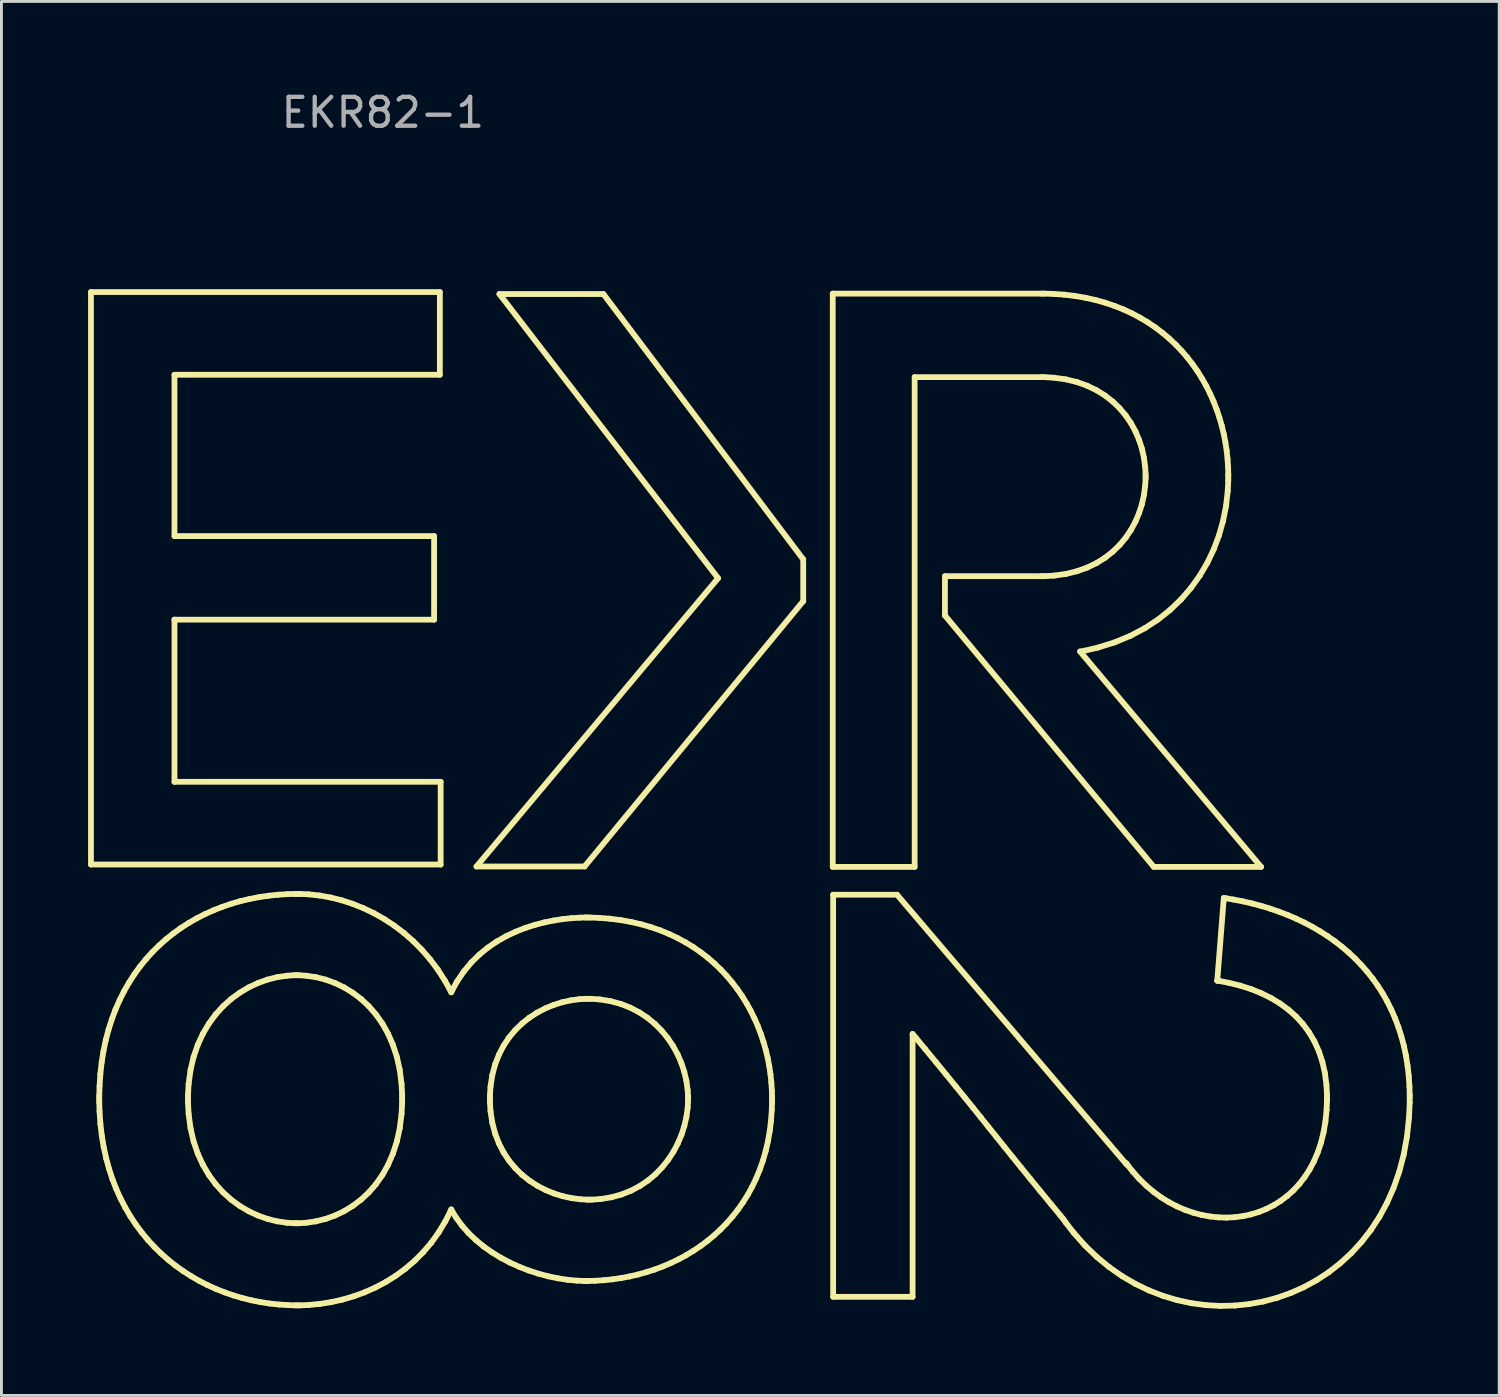
<source format=kicad_pcb>
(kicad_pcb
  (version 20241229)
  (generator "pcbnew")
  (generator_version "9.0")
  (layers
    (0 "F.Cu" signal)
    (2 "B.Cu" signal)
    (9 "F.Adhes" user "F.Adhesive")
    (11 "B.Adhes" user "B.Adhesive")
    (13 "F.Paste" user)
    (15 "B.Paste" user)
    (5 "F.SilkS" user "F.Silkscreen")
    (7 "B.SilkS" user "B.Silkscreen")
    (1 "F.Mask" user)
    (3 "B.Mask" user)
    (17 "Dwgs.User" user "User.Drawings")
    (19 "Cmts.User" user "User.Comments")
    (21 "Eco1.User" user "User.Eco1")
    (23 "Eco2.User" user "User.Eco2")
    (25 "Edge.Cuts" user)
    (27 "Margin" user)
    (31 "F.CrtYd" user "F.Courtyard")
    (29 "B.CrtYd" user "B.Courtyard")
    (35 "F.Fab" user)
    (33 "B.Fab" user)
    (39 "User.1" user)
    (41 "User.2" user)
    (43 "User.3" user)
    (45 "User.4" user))
  (footprint "EKR82-1"
    (layer "F.Cu")
    (at 16.556 8.468)
    (property "Reference" "EKR82-1" (at -6.35 -7.62 0) (layer "F.Fab") (effects (font (size 1 1) (thickness 0.15))))
    (attr through_hole)
    (fp_line (start -16.456 -1.404) (end -16.456 18.419) (stroke (width 0.2) (type solid)) (layer "F.SilkS"))
    (fp_line (start -16.456 18.419) (end -4.347 18.419) (stroke (width 0.2) (type solid)) (layer "F.SilkS"))
    (fp_line (start -16.169 26.424) (end -16.169 26.533) (stroke (width 0.2) (type solid)) (layer "F.SilkS"))
    (fp_line (start -16.169 26.533) (end -16.169 26.643) (stroke (width 0.2) (type solid)) (layer "F.SilkS"))
    (fp_line (start -16.169 26.643) (end -16.159 26.972) (stroke (width 0.2) (type solid)) (layer "F.SilkS"))
    (fp_line (start -16.159 26.099) (end -16.169 26.424) (stroke (width 0.2) (type solid)) (layer "F.SilkS"))
    (fp_line (start -16.159 26.972) (end -16.129 27.397) (stroke (width 0.2) (type solid)) (layer "F.SilkS"))
    (fp_line (start -16.131 25.678) (end -16.159 26.099) (stroke (width 0.2) (type solid)) (layer "F.SilkS"))
    (fp_line (start -16.129 27.397) (end -16.081 27.809) (stroke (width 0.2) (type solid)) (layer "F.SilkS"))
    (fp_line (start -16.086 25.271) (end -16.131 25.678) (stroke (width 0.2) (type solid)) (layer "F.SilkS"))
    (fp_line (start -16.081 27.809) (end -16.015 28.206) (stroke (width 0.2) (type solid)) (layer "F.SilkS"))
    (fp_line (start -16.023 24.878) (end -16.086 25.271) (stroke (width 0.2) (type solid)) (layer "F.SilkS"))
    (fp_line (start -16.015 28.206) (end -15.93 28.59) (stroke (width 0.2) (type solid)) (layer "F.SilkS"))
    (fp_line (start -15.943 24.498) (end -16.023 24.878) (stroke (width 0.2) (type solid)) (layer "F.SilkS"))
    (fp_line (start -15.93 28.59) (end -15.829 28.96) (stroke (width 0.2) (type solid)) (layer "F.SilkS"))
    (fp_line (start -15.846 24.132) (end -15.943 24.498) (stroke (width 0.2) (type solid)) (layer "F.SilkS"))
    (fp_line (start -15.829 28.96) (end -15.712 29.316) (stroke (width 0.2) (type solid)) (layer "F.SilkS"))
    (fp_line (start -15.734 23.779) (end -15.846 24.132) (stroke (width 0.2) (type solid)) (layer "F.SilkS"))
    (fp_line (start -15.712 29.316) (end -15.579 29.658) (stroke (width 0.2) (type solid)) (layer "F.SilkS"))
    (fp_line (start -15.607 23.441) (end -15.734 23.779) (stroke (width 0.2) (type solid)) (layer "F.SilkS"))
    (fp_line (start -15.579 29.658) (end -15.431 29.986) (stroke (width 0.2) (type solid)) (layer "F.SilkS"))
    (fp_line (start -15.464 23.115) (end -15.607 23.441) (stroke (width 0.2) (type solid)) (layer "F.SilkS"))
    (fp_line (start -15.431 29.986) (end -15.268 30.3) (stroke (width 0.2) (type solid)) (layer "F.SilkS"))
    (fp_line (start -15.308 22.804) (end -15.464 23.115) (stroke (width 0.2) (type solid)) (layer "F.SilkS"))
    (fp_line (start -15.268 30.3) (end -15.092 30.6) (stroke (width 0.2) (type solid)) (layer "F.SilkS"))
    (fp_line (start -15.137 22.506) (end -15.308 22.804) (stroke (width 0.2) (type solid)) (layer "F.SilkS"))
    (fp_line (start -15.092 30.6) (end -14.902 30.887) (stroke (width 0.2) (type solid)) (layer "F.SilkS"))
    (fp_line (start -14.954 22.221) (end -15.137 22.506) (stroke (width 0.2) (type solid)) (layer "F.SilkS"))
    (fp_line (start -14.902 30.887) (end -14.7 31.159) (stroke (width 0.2) (type solid)) (layer "F.SilkS"))
    (fp_line (start -14.758 21.951) (end -14.954 22.221) (stroke (width 0.2) (type solid)) (layer "F.SilkS"))
    (fp_line (start -14.7 31.159) (end -14.486 31.418) (stroke (width 0.2) (type solid)) (layer "F.SilkS"))
    (fp_line (start -14.549 21.694) (end -14.758 21.951) (stroke (width 0.2) (type solid)) (layer "F.SilkS"))
    (fp_line (start -14.486 31.418) (end -14.26 31.662) (stroke (width 0.2) (type solid)) (layer "F.SilkS"))
    (fp_line (start -14.329 21.451) (end -14.549 21.694) (stroke (width 0.2) (type solid)) (layer "F.SilkS"))
    (fp_line (start -14.26 31.662) (end -14.024 31.893) (stroke (width 0.2) (type solid)) (layer "F.SilkS"))
    (fp_line (start -14.098 21.222) (end -14.329 21.451) (stroke (width 0.2) (type solid)) (layer "F.SilkS"))
    (fp_line (start -14.024 31.893) (end -13.778 32.11) (stroke (width 0.2) (type solid)) (layer "F.SilkS"))
    (fp_line (start -13.856 21.006) (end -14.098 21.222) (stroke (width 0.2) (type solid)) (layer "F.SilkS"))
    (fp_line (start -13.778 32.11) (end -13.523 32.313) (stroke (width 0.2) (type solid)) (layer "F.SilkS"))
    (fp_line (start -13.604 20.805) (end -13.856 21.006) (stroke (width 0.2) (type solid)) (layer "F.SilkS"))
    (fp_line (start -13.564 1.46) (end -4.375 1.46) (stroke (width 0.2) (type solid)) (layer "F.SilkS"))
    (fp_line (start -13.564 7.047) (end -13.564 1.46) (stroke (width 0.2) (type solid)) (layer "F.SilkS"))
    (fp_line (start -13.564 9.94) (end -13.564 9.94) (stroke (width 0.2) (type solid)) (layer "F.SilkS"))
    (fp_line (start -13.564 9.94) (end -4.574 9.94) (stroke (width 0.2) (type solid)) (layer "F.SilkS"))
    (fp_line (start -13.564 15.555) (end -13.564 9.94) (stroke (width 0.2) (type solid)) (layer "F.SilkS"))
    (fp_line (start -13.523 32.313) (end -13.258 32.501) (stroke (width 0.2) (type solid)) (layer "F.SilkS"))
    (fp_line (start -13.342 20.617) (end -13.604 20.805) (stroke (width 0.2) (type solid)) (layer "F.SilkS"))
    (fp_line (start -13.258 32.501) (end -12.986 32.676) (stroke (width 0.2) (type solid)) (layer "F.SilkS"))
    (fp_line (start -13.097 26.404) (end -13.074 26.016) (stroke (width 0.2) (type solid)) (layer "F.SilkS"))
    (fp_line (start -13.097 26.533) (end -13.097 26.404) (stroke (width 0.2) (type solid)) (layer "F.SilkS"))
    (fp_line (start -13.097 26.533) (end -13.097 26.533) (stroke (width 0.2) (type solid)) (layer "F.SilkS"))
    (fp_line (start -13.097 26.665) (end -13.097 26.533) (stroke (width 0.2) (type solid)) (layer "F.SilkS"))
    (fp_line (start -13.074 26.016) (end -13.008 25.533) (stroke (width 0.2) (type solid)) (layer "F.SilkS"))
    (fp_line (start -13.074 27.059) (end -13.097 26.665) (stroke (width 0.2) (type solid)) (layer "F.SilkS"))
    (fp_line (start -13.072 20.443) (end -13.342 20.617) (stroke (width 0.2) (type solid)) (layer "F.SilkS"))
    (fp_line (start -13.008 25.533) (end -12.902 25.082) (stroke (width 0.2) (type solid)) (layer "F.SilkS"))
    (fp_line (start -13.008 27.551) (end -13.074 27.059) (stroke (width 0.2) (type solid)) (layer "F.SilkS"))
    (fp_line (start -12.986 32.676) (end -12.706 32.837) (stroke (width 0.2) (type solid)) (layer "F.SilkS"))
    (fp_line (start -12.902 25.082) (end -12.758 24.665) (stroke (width 0.2) (type solid)) (layer "F.SilkS"))
    (fp_line (start -12.902 28.007) (end -13.008 27.551) (stroke (width 0.2) (type solid)) (layer "F.SilkS"))
    (fp_line (start -12.793 20.282) (end -13.072 20.443) (stroke (width 0.2) (type solid)) (layer "F.SilkS"))
    (fp_line (start -12.758 24.665) (end -12.581 24.28) (stroke (width 0.2) (type solid)) (layer "F.SilkS"))
    (fp_line (start -12.758 28.429) (end -12.902 28.007) (stroke (width 0.2) (type solid)) (layer "F.SilkS"))
    (fp_line (start -12.706 32.837) (end -12.419 32.984) (stroke (width 0.2) (type solid)) (layer "F.SilkS"))
    (fp_line (start -12.581 24.28) (end -12.373 23.929) (stroke (width 0.2) (type solid)) (layer "F.SilkS"))
    (fp_line (start -12.581 28.817) (end -12.758 28.429) (stroke (width 0.2) (type solid)) (layer "F.SilkS"))
    (fp_line (start -12.505 20.136) (end -12.793 20.282) (stroke (width 0.2) (type solid)) (layer "F.SilkS"))
    (fp_line (start -12.419 32.984) (end -12.125 33.117) (stroke (width 0.2) (type solid)) (layer "F.SilkS"))
    (fp_line (start -12.373 23.929) (end -12.139 23.611) (stroke (width 0.2) (type solid)) (layer "F.SilkS"))
    (fp_line (start -12.373 29.17) (end -12.581 28.817) (stroke (width 0.2) (type solid)) (layer "F.SilkS"))
    (fp_line (start -12.211 20.004) (end -12.505 20.136) (stroke (width 0.2) (type solid)) (layer "F.SilkS"))
    (fp_line (start -12.139 23.611) (end -11.88 23.327) (stroke (width 0.2) (type solid)) (layer "F.SilkS"))
    (fp_line (start -12.139 29.489) (end -12.373 29.17) (stroke (width 0.2) (type solid)) (layer "F.SilkS"))
    (fp_line (start -12.125 33.117) (end -11.826 33.236) (stroke (width 0.2) (type solid)) (layer "F.SilkS"))
    (fp_line (start -11.909 19.885) (end -12.211 20.004) (stroke (width 0.2) (type solid)) (layer "F.SilkS"))
    (fp_line (start -11.88 23.327) (end -11.601 23.075) (stroke (width 0.2) (type solid)) (layer "F.SilkS"))
    (fp_line (start -11.88 29.774) (end -12.139 29.489) (stroke (width 0.2) (type solid)) (layer "F.SilkS"))
    (fp_line (start -11.826 33.236) (end -11.522 33.341) (stroke (width 0.2) (type solid)) (layer "F.SilkS"))
    (fp_line (start -11.601 19.78) (end -11.909 19.885) (stroke (width 0.2) (type solid)) (layer "F.SilkS"))
    (fp_line (start -11.601 23.075) (end -11.304 22.858) (stroke (width 0.2) (type solid)) (layer "F.SilkS"))
    (fp_line (start -11.601 30.025) (end -11.88 29.774) (stroke (width 0.2) (type solid)) (layer "F.SilkS"))
    (fp_line (start -11.522 33.341) (end -11.214 33.432) (stroke (width 0.2) (type solid)) (layer "F.SilkS"))
    (fp_line (start -11.304 22.858) (end -10.993 22.673) (stroke (width 0.2) (type solid)) (layer "F.SilkS"))
    (fp_line (start -11.304 30.242) (end -11.601 30.025) (stroke (width 0.2) (type solid)) (layer "F.SilkS"))
    (fp_line (start -11.287 19.689) (end -11.601 19.78) (stroke (width 0.2) (type solid)) (layer "F.SilkS"))
    (fp_line (start -11.214 33.432) (end -10.902 33.509) (stroke (width 0.2) (type solid)) (layer "F.SilkS"))
    (fp_line (start -10.993 22.673) (end -10.671 22.522) (stroke (width 0.2) (type solid)) (layer "F.SilkS"))
    (fp_line (start -10.993 30.426) (end -11.304 30.242) (stroke (width 0.2) (type solid)) (layer "F.SilkS"))
    (fp_line (start -10.967 19.613) (end -11.287 19.689) (stroke (width 0.2) (type solid)) (layer "F.SilkS"))
    (fp_line (start -10.902 33.509) (end -10.587 33.572) (stroke (width 0.2) (type solid)) (layer "F.SilkS"))
    (fp_line (start -10.671 22.522) (end -10.341 22.404) (stroke (width 0.2) (type solid)) (layer "F.SilkS"))
    (fp_line (start -10.671 30.576) (end -10.993 30.426) (stroke (width 0.2) (type solid)) (layer "F.SilkS"))
    (fp_line (start -10.643 19.55) (end -10.967 19.613) (stroke (width 0.2) (type solid)) (layer "F.SilkS"))
    (fp_line (start -10.587 33.572) (end -10.269 33.621) (stroke (width 0.2) (type solid)) (layer "F.SilkS"))
    (fp_line (start -10.341 22.404) (end -10.008 22.32) (stroke (width 0.2) (type solid)) (layer "F.SilkS"))
    (fp_line (start -10.341 30.692) (end -10.671 30.576) (stroke (width 0.2) (type solid)) (layer "F.SilkS"))
    (fp_line (start -10.314 19.501) (end -10.643 19.55) (stroke (width 0.2) (type solid)) (layer "F.SilkS"))
    (fp_line (start -10.269 33.621) (end -9.949 33.656) (stroke (width 0.2) (type solid)) (layer "F.SilkS"))
    (fp_line (start -10.008 22.32) (end -9.672 22.27) (stroke (width 0.2) (type solid)) (layer "F.SilkS"))
    (fp_line (start -10.008 30.775) (end -10.341 30.692) (stroke (width 0.2) (type solid)) (layer "F.SilkS"))
    (fp_line (start -9.982 19.466) (end -10.314 19.501) (stroke (width 0.2) (type solid)) (layer "F.SilkS"))
    (fp_line (start -9.949 33.656) (end -9.628 33.677) (stroke (width 0.2) (type solid)) (layer "F.SilkS"))
    (fp_line (start -9.672 22.27) (end -9.423 22.253) (stroke (width 0.2) (type solid)) (layer "F.SilkS"))
    (fp_line (start -9.672 30.824) (end -10.008 30.775) (stroke (width 0.2) (type solid)) (layer "F.SilkS"))
    (fp_line (start -9.646 19.445) (end -9.982 19.466) (stroke (width 0.2) (type solid)) (layer "F.SilkS"))
    (fp_line (start -9.628 33.677) (end -9.387 33.685) (stroke (width 0.2) (type solid)) (layer "F.SilkS"))
    (fp_line (start -9.423 22.253) (end -9.339 22.253) (stroke (width 0.2) (type solid)) (layer "F.SilkS"))
    (fp_line (start -9.423 30.841) (end -9.672 30.824) (stroke (width 0.2) (type solid)) (layer "F.SilkS"))
    (fp_line (start -9.391 19.438) (end -9.646 19.445) (stroke (width 0.2) (type solid)) (layer "F.SilkS"))
    (fp_line (start -9.387 33.685) (end -9.307 33.685) (stroke (width 0.2) (type solid)) (layer "F.SilkS"))
    (fp_line (start -9.339 22.253) (end -9.255 22.253) (stroke (width 0.2) (type solid)) (layer "F.SilkS"))
    (fp_line (start -9.339 30.841) (end -9.423 30.841) (stroke (width 0.2) (type solid)) (layer "F.SilkS"))
    (fp_line (start -9.307 19.438) (end -9.391 19.438) (stroke (width 0.2) (type solid)) (layer "F.SilkS"))
    (fp_line (start -9.307 33.685) (end -9.21 33.685) (stroke (width 0.2) (type solid)) (layer "F.SilkS"))
    (fp_line (start -9.255 22.253) (end -9.002 22.27) (stroke (width 0.2) (type solid)) (layer "F.SilkS"))
    (fp_line (start -9.255 30.841) (end -9.339 30.841) (stroke (width 0.2) (type solid)) (layer "F.SilkS"))
    (fp_line (start -9.211 19.438) (end -9.307 19.438) (stroke (width 0.2) (type solid)) (layer "F.SilkS"))
    (fp_line (start -9.21 33.685) (end -8.919 33.672) (stroke (width 0.2) (type solid)) (layer "F.SilkS"))
    (fp_line (start -9.002 22.27) (end -8.666 22.32) (stroke (width 0.2) (type solid)) (layer "F.SilkS"))
    (fp_line (start -9.002 30.824) (end -9.255 30.841) (stroke (width 0.2) (type solid)) (layer "F.SilkS"))
    (fp_line (start -8.925 19.451) (end -9.211 19.438) (stroke (width 0.2) (type solid)) (layer "F.SilkS"))
    (fp_line (start -8.919 33.672) (end -8.528 33.635) (stroke (width 0.2) (type solid)) (layer "F.SilkS"))
    (fp_line (start -8.666 22.32) (end -8.334 22.404) (stroke (width 0.2) (type solid)) (layer "F.SilkS"))
    (fp_line (start -8.666 30.775) (end -9.002 30.824) (stroke (width 0.2) (type solid)) (layer "F.SilkS"))
    (fp_line (start -8.542 19.493) (end -8.925 19.451) (stroke (width 0.2) (type solid)) (layer "F.SilkS"))
    (fp_line (start -8.528 33.635) (end -8.137 33.573) (stroke (width 0.2) (type solid)) (layer "F.SilkS"))
    (fp_line (start -8.334 22.404) (end -8.009 22.522) (stroke (width 0.2) (type solid)) (layer "F.SilkS"))
    (fp_line (start -8.334 30.692) (end -8.666 30.775) (stroke (width 0.2) (type solid)) (layer "F.SilkS"))
    (fp_line (start -8.158 19.561) (end -8.542 19.493) (stroke (width 0.2) (type solid)) (layer "F.SilkS"))
    (fp_line (start -8.137 33.573) (end -7.748 33.486) (stroke (width 0.2) (type solid)) (layer "F.SilkS"))
    (fp_line (start -8.009 22.522) (end -7.694 22.673) (stroke (width 0.2) (type solid)) (layer "F.SilkS"))
    (fp_line (start -8.009 30.576) (end -8.334 30.692) (stroke (width 0.2) (type solid)) (layer "F.SilkS"))
    (fp_line (start -7.776 19.657) (end -8.158 19.561) (stroke (width 0.2) (type solid)) (layer "F.SilkS"))
    (fp_line (start -7.748 33.486) (end -7.363 33.373) (stroke (width 0.2) (type solid)) (layer "F.SilkS"))
    (fp_line (start -7.694 22.673) (end -7.392 22.858) (stroke (width 0.2) (type solid)) (layer "F.SilkS"))
    (fp_line (start -7.694 30.426) (end -8.009 30.576) (stroke (width 0.2) (type solid)) (layer "F.SilkS"))
    (fp_line (start -7.397 19.78) (end -7.776 19.657) (stroke (width 0.2) (type solid)) (layer "F.SilkS"))
    (fp_line (start -7.392 22.858) (end -7.104 23.075) (stroke (width 0.2) (type solid)) (layer "F.SilkS"))
    (fp_line (start -7.392 30.242) (end -7.694 30.426) (stroke (width 0.2) (type solid)) (layer "F.SilkS"))
    (fp_line (start -7.363 33.373) (end -6.984 33.235) (stroke (width 0.2) (type solid)) (layer "F.SilkS"))
    (fp_line (start -7.104 23.075) (end -6.835 23.327) (stroke (width 0.2) (type solid)) (layer "F.SilkS"))
    (fp_line (start -7.104 30.025) (end -7.392 30.242) (stroke (width 0.2) (type solid)) (layer "F.SilkS"))
    (fp_line (start -7.024 19.929) (end -7.397 19.78) (stroke (width 0.2) (type solid)) (layer "F.SilkS"))
    (fp_line (start -6.984 33.235) (end -6.613 33.07) (stroke (width 0.2) (type solid)) (layer "F.SilkS"))
    (fp_line (start -6.835 23.327) (end -6.588 23.611) (stroke (width 0.2) (type solid)) (layer "F.SilkS"))
    (fp_line (start -6.835 29.774) (end -7.104 30.025) (stroke (width 0.2) (type solid)) (layer "F.SilkS"))
    (fp_line (start -6.658 20.105) (end -7.024 19.929) (stroke (width 0.2) (type solid)) (layer "F.SilkS"))
    (fp_line (start -6.613 33.07) (end -6.252 32.879) (stroke (width 0.2) (type solid)) (layer "F.SilkS"))
    (fp_line (start -6.588 23.611) (end -6.364 23.929) (stroke (width 0.2) (type solid)) (layer "F.SilkS"))
    (fp_line (start -6.588 29.489) (end -6.835 29.774) (stroke (width 0.2) (type solid)) (layer "F.SilkS"))
    (fp_line (start -6.364 23.929) (end -6.167 24.28) (stroke (width 0.2) (type solid)) (layer "F.SilkS"))
    (fp_line (start -6.364 29.17) (end -6.588 29.489) (stroke (width 0.2) (type solid)) (layer "F.SilkS"))
    (fp_line (start -6.301 20.307) (end -6.658 20.105) (stroke (width 0.2) (type solid)) (layer "F.SilkS"))
    (fp_line (start -6.252 32.879) (end -5.903 32.661) (stroke (width 0.2) (type solid)) (layer "F.SilkS"))
    (fp_line (start -6.167 24.28) (end -5.999 24.665) (stroke (width 0.2) (type solid)) (layer "F.SilkS"))
    (fp_line (start -6.167 28.817) (end -6.364 29.17) (stroke (width 0.2) (type solid)) (layer "F.SilkS"))
    (fp_line (start -5.999 24.665) (end -5.863 25.082) (stroke (width 0.2) (type solid)) (layer "F.SilkS"))
    (fp_line (start -5.999 28.429) (end -6.167 28.817) (stroke (width 0.2) (type solid)) (layer "F.SilkS"))
    (fp_line (start -5.954 20.535) (end -6.301 20.307) (stroke (width 0.2) (type solid)) (layer "F.SilkS"))
    (fp_line (start -5.903 32.661) (end -5.568 32.416) (stroke (width 0.2) (type solid)) (layer "F.SilkS"))
    (fp_line (start -5.863 25.082) (end -5.763 25.533) (stroke (width 0.2) (type solid)) (layer "F.SilkS"))
    (fp_line (start -5.863 28.007) (end -5.999 28.429) (stroke (width 0.2) (type solid)) (layer "F.SilkS"))
    (fp_line (start -5.763 25.533) (end -5.701 26.016) (stroke (width 0.2) (type solid)) (layer "F.SilkS"))
    (fp_line (start -5.763 27.551) (end -5.863 28.007) (stroke (width 0.2) (type solid)) (layer "F.SilkS"))
    (fp_line (start -5.701 26.016) (end -5.68 26.404) (stroke (width 0.2) (type solid)) (layer "F.SilkS"))
    (fp_line (start -5.701 27.059) (end -5.763 27.551) (stroke (width 0.2) (type solid)) (layer "F.SilkS"))
    (fp_line (start -5.68 26.404) (end -5.68 26.533) (stroke (width 0.2) (type solid)) (layer "F.SilkS"))
    (fp_line (start -5.68 26.533) (end -5.68 26.665) (stroke (width 0.2) (type solid)) (layer "F.SilkS"))
    (fp_line (start -5.68 26.665) (end -5.701 27.059) (stroke (width 0.2) (type solid)) (layer "F.SilkS"))
    (fp_line (start -5.62 20.789) (end -5.954 20.535) (stroke (width 0.2) (type solid)) (layer "F.SilkS"))
    (fp_line (start -5.568 32.416) (end -5.25 32.143) (stroke (width 0.2) (type solid)) (layer "F.SilkS"))
    (fp_line (start -5.3 21.069) (end -5.62 20.789) (stroke (width 0.2) (type solid)) (layer "F.SilkS"))
    (fp_line (start -5.25 32.143) (end -4.95 31.843) (stroke (width 0.2) (type solid)) (layer "F.SilkS"))
    (fp_line (start -4.997 21.374) (end -5.3 21.069) (stroke (width 0.2) (type solid)) (layer "F.SilkS"))
    (fp_line (start -4.95 31.843) (end -4.672 31.516) (stroke (width 0.2) (type solid)) (layer "F.SilkS"))
    (fp_line (start -4.711 21.704) (end -4.997 21.374) (stroke (width 0.2) (type solid)) (layer "F.SilkS"))
    (fp_line (start -4.672 31.516) (end -4.416 31.16) (stroke (width 0.2) (type solid)) (layer "F.SilkS"))
    (fp_line (start -4.574 7.047) (end -13.564 7.047) (stroke (width 0.2) (type solid)) (layer "F.SilkS"))
    (fp_line (start -4.574 9.94) (end -4.574 7.047) (stroke (width 0.2) (type solid)) (layer "F.SilkS"))
    (fp_line (start -4.445 22.059) (end -4.711 21.704) (stroke (width 0.2) (type solid)) (layer "F.SilkS"))
    (fp_line (start -4.416 31.16) (end -4.185 30.775) (stroke (width 0.2) (type solid)) (layer "F.SilkS"))
    (fp_line (start -4.375 -1.404) (end -16.456 -1.404) (stroke (width 0.2) (type solid)) (layer "F.SilkS"))
    (fp_line (start -4.375 1.46) (end -4.375 -1.404) (stroke (width 0.2) (type solid)) (layer "F.SilkS"))
    (fp_line (start -4.347 15.555) (end -13.564 15.555) (stroke (width 0.2) (type solid)) (layer "F.SilkS"))
    (fp_line (start -4.347 18.419) (end -4.347 15.555) (stroke (width 0.2) (type solid)) (layer "F.SilkS"))
    (fp_line (start -4.201 22.44) (end -4.445 22.059) (stroke (width 0.2) (type solid)) (layer "F.SilkS"))
    (fp_line (start -4.185 30.775) (end -4.027 30.467) (stroke (width 0.2) (type solid)) (layer "F.SilkS"))
    (fp_line (start -4.032 22.741) (end -4.201 22.44) (stroke (width 0.2) (type solid)) (layer "F.SilkS"))
    (fp_line (start -4.027 30.467) (end -3.98 30.362) (stroke (width 0.2) (type solid)) (layer "F.SilkS"))
    (fp_line (start -3.98 22.844) (end -4.032 22.741) (stroke (width 0.2) (type solid)) (layer "F.SilkS"))
    (fp_line (start -3.98 30.362) (end -3.941 30.437) (stroke (width 0.2) (type solid)) (layer "F.SilkS"))
    (fp_line (start -3.941 30.437) (end -3.806 30.654) (stroke (width 0.2) (type solid)) (layer "F.SilkS"))
    (fp_line (start -3.934 22.747) (end -3.98 22.844) (stroke (width 0.2) (type solid)) (layer "F.SilkS"))
    (fp_line (start -3.806 30.654) (end -3.604 30.929) (stroke (width 0.2) (type solid)) (layer "F.SilkS"))
    (fp_line (start -3.775 22.463) (end -3.934 22.747) (stroke (width 0.2) (type solid)) (layer "F.SilkS"))
    (fp_line (start -3.604 30.929) (end -3.377 31.187) (stroke (width 0.2) (type solid)) (layer "F.SilkS"))
    (fp_line (start -3.542 22.119) (end -3.775 22.463) (stroke (width 0.2) (type solid)) (layer "F.SilkS"))
    (fp_line (start -3.377 31.187) (end -3.126 31.426) (stroke (width 0.2) (type solid)) (layer "F.SilkS"))
    (fp_line (start -3.285 21.811) (end -3.542 22.119) (stroke (width 0.2) (type solid)) (layer "F.SilkS"))
    (fp_line (start -3.126 31.426) (end -2.856 31.648) (stroke (width 0.2) (type solid)) (layer "F.SilkS"))
    (fp_line (start -3.106 18.487) (end 5.26 8.505) (stroke (width 0.2) (type solid)) (layer "F.SilkS"))
    (fp_line (start -3.006 21.537) (end -3.285 21.811) (stroke (width 0.2) (type solid)) (layer "F.SilkS"))
    (fp_line (start -2.856 31.648) (end -2.568 31.851) (stroke (width 0.2) (type solid)) (layer "F.SilkS"))
    (fp_line (start -2.71 21.295) (end -3.006 21.537) (stroke (width 0.2) (type solid)) (layer "F.SilkS"))
    (fp_line (start -2.641 26.427) (end -2.62 26.109) (stroke (width 0.2) (type solid)) (layer "F.SilkS"))
    (fp_line (start -2.641 26.533) (end -2.641 26.427) (stroke (width 0.2) (type solid)) (layer "F.SilkS"))
    (fp_line (start -2.641 26.64) (end -2.641 26.533) (stroke (width 0.2) (type solid)) (layer "F.SilkS"))
    (fp_line (start -2.62 26.109) (end -2.559 25.713) (stroke (width 0.2) (type solid)) (layer "F.SilkS"))
    (fp_line (start -2.62 26.962) (end -2.641 26.64) (stroke (width 0.2) (type solid)) (layer "F.SilkS"))
    (fp_line (start -2.568 31.851) (end -2.265 32.036) (stroke (width 0.2) (type solid)) (layer "F.SilkS"))
    (fp_line (start -2.559 25.713) (end -2.462 25.345) (stroke (width 0.2) (type solid)) (layer "F.SilkS"))
    (fp_line (start -2.559 27.362) (end -2.62 26.962) (stroke (width 0.2) (type solid)) (layer "F.SilkS"))
    (fp_line (start -2.462 25.345) (end -2.33 25.006) (stroke (width 0.2) (type solid)) (layer "F.SilkS"))
    (fp_line (start -2.461 27.733) (end -2.559 27.362) (stroke (width 0.2) (type solid)) (layer "F.SilkS"))
    (fp_line (start -2.4 21.084) (end -2.71 21.295) (stroke (width 0.2) (type solid)) (layer "F.SilkS"))
    (fp_line (start -2.33 25.006) (end -2.168 24.694) (stroke (width 0.2) (type solid)) (layer "F.SilkS"))
    (fp_line (start -2.33 28.076) (end -2.461 27.733) (stroke (width 0.2) (type solid)) (layer "F.SilkS"))
    (fp_line (start -2.312 -1.336) (end 1.289 -1.336) (stroke (width 0.2) (type solid)) (layer "F.SilkS"))
    (fp_line (start -2.265 32.036) (end -1.95 32.203) (stroke (width 0.2) (type solid)) (layer "F.SilkS"))
    (fp_line (start -2.168 24.694) (end -1.979 24.41) (stroke (width 0.2) (type solid)) (layer "F.SilkS"))
    (fp_line (start -2.167 28.391) (end -2.33 28.076) (stroke (width 0.2) (type solid)) (layer "F.SilkS"))
    (fp_line (start -2.079 20.902) (end -2.4 21.084) (stroke (width 0.2) (type solid)) (layer "F.SilkS"))
    (fp_line (start -1.979 24.41) (end -1.765 24.154) (stroke (width 0.2) (type solid)) (layer "F.SilkS"))
    (fp_line (start -1.977 28.677) (end -2.167 28.391) (stroke (width 0.2) (type solid)) (layer "F.SilkS"))
    (fp_line (start -1.95 32.203) (end -1.626 32.35) (stroke (width 0.2) (type solid)) (layer "F.SilkS"))
    (fp_line (start -1.765 24.154) (end -1.53 23.925) (stroke (width 0.2) (type solid)) (layer "F.SilkS"))
    (fp_line (start -1.762 28.935) (end -1.977 28.677) (stroke (width 0.2) (type solid)) (layer "F.SilkS"))
    (fp_line (start -1.75 20.747) (end -2.079 20.902) (stroke (width 0.2) (type solid)) (layer "F.SilkS"))
    (fp_line (start -1.626 32.35) (end -1.295 32.479) (stroke (width 0.2) (type solid)) (layer "F.SilkS"))
    (fp_line (start -1.53 23.925) (end -1.276 23.724) (stroke (width 0.2) (type solid)) (layer "F.SilkS"))
    (fp_line (start -1.526 29.166) (end -1.762 28.935) (stroke (width 0.2) (type solid)) (layer "F.SilkS"))
    (fp_line (start -1.418 20.616) (end -1.75 20.747) (stroke (width 0.2) (type solid)) (layer "F.SilkS"))
    (fp_line (start -1.295 32.479) (end -0.959 32.588) (stroke (width 0.2) (type solid)) (layer "F.SilkS"))
    (fp_line (start -1.276 23.724) (end -1.007 23.549) (stroke (width 0.2) (type solid)) (layer "F.SilkS"))
    (fp_line (start -1.27 29.368) (end -1.526 29.166) (stroke (width 0.2) (type solid)) (layer "F.SilkS"))
    (fp_line (start -1.085 20.509) (end -1.418 20.616) (stroke (width 0.2) (type solid)) (layer "F.SilkS"))
    (fp_line (start -1.007 23.549) (end -0.726 23.402) (stroke (width 0.2) (type solid)) (layer "F.SilkS"))
    (fp_line (start -0.999 29.543) (end -1.27 29.368) (stroke (width 0.2) (type solid)) (layer "F.SilkS"))
    (fp_line (start -0.959 32.588) (end -0.621 32.678) (stroke (width 0.2) (type solid)) (layer "F.SilkS"))
    (fp_line (start -0.756 20.424) (end -1.085 20.509) (stroke (width 0.2) (type solid)) (layer "F.SilkS"))
    (fp_line (start -0.726 23.402) (end -0.435 23.282) (stroke (width 0.2) (type solid)) (layer "F.SilkS"))
    (fp_line (start -0.715 29.691) (end -0.999 29.543) (stroke (width 0.2) (type solid)) (layer "F.SilkS"))
    (fp_line (start -0.621 32.678) (end -0.285 32.749) (stroke (width 0.2) (type solid)) (layer "F.SilkS"))
    (fp_line (start -0.435 23.282) (end -0.138 23.189) (stroke (width 0.2) (type solid)) (layer "F.SilkS"))
    (fp_line (start -0.433 20.358) (end -0.756 20.424) (stroke (width 0.2) (type solid)) (layer "F.SilkS"))
    (fp_line (start -0.421 29.811) (end -0.715 29.691) (stroke (width 0.2) (type solid)) (layer "F.SilkS"))
    (fp_line (start -0.285 32.749) (end 0.048 32.799) (stroke (width 0.2) (type solid)) (layer "F.SilkS"))
    (fp_line (start -0.138 23.189) (end 0.161 23.123) (stroke (width 0.2) (type solid)) (layer "F.SilkS"))
    (fp_line (start -0.121 29.905) (end -0.421 29.811) (stroke (width 0.2) (type solid)) (layer "F.SilkS"))
    (fp_line (start -0.12 20.31) (end -0.433 20.358) (stroke (width 0.2) (type solid)) (layer "F.SilkS"))
    (fp_line (start 0.048 32.799) (end 0.374 32.83) (stroke (width 0.2) (type solid)) (layer "F.SilkS"))
    (fp_line (start 0.161 23.123) (end 0.461 23.083) (stroke (width 0.2) (type solid)) (layer "F.SilkS"))
    (fp_line (start 0.18 20.278) (end -0.12 20.31) (stroke (width 0.2) (type solid)) (layer "F.SilkS"))
    (fp_line (start 0.183 29.971) (end -0.121 29.905) (stroke (width 0.2) (type solid)) (layer "F.SilkS"))
    (fp_line (start 0.374 32.83) (end 0.613 32.84) (stroke (width 0.2) (type solid)) (layer "F.SilkS"))
    (fp_line (start 0.461 23.083) (end 0.683 23.07) (stroke (width 0.2) (type solid)) (layer "F.SilkS"))
    (fp_line (start 0.462 20.26) (end 0.18 20.278) (stroke (width 0.2) (type solid)) (layer "F.SilkS"))
    (fp_line (start 0.488 30.011) (end 0.183 29.971) (stroke (width 0.2) (type solid)) (layer "F.SilkS"))
    (fp_line (start 0.613 32.84) (end 0.692 32.84) (stroke (width 0.2) (type solid)) (layer "F.SilkS"))
    (fp_line (start 0.637 18.487) (end -3.106 18.487) (stroke (width 0.2) (type solid)) (layer "F.SilkS"))
    (fp_line (start 0.659 20.254) (end 0.462 20.26) (stroke (width 0.2) (type solid)) (layer "F.SilkS"))
    (fp_line (start 0.683 23.07) (end 0.758 23.07) (stroke (width 0.2) (type solid)) (layer "F.SilkS"))
    (fp_line (start 0.692 32.84) (end 0.692 32.84) (stroke (width 0.2) (type solid)) (layer "F.SilkS"))
    (fp_line (start 0.692 32.84) (end 0.768 32.84) (stroke (width 0.2) (type solid)) (layer "F.SilkS"))
    (fp_line (start 0.715 30.024) (end 0.488 30.011) (stroke (width 0.2) (type solid)) (layer "F.SilkS"))
    (fp_line (start 0.725 20.254) (end 0.659 20.254) (stroke (width 0.2) (type solid)) (layer "F.SilkS"))
    (fp_line (start 0.758 23.07) (end 0.858 23.07) (stroke (width 0.2) (type solid)) (layer "F.SilkS"))
    (fp_line (start 0.768 32.84) (end 0.995 32.834) (stroke (width 0.2) (type solid)) (layer "F.SilkS"))
    (fp_line (start 0.79 30.024) (end 0.715 30.024) (stroke (width 0.2) (type solid)) (layer "F.SilkS"))
    (fp_line (start 0.825 20.255) (end 0.725 20.254) (stroke (width 0.2) (type solid)) (layer "F.SilkS"))
    (fp_line (start 0.858 23.07) (end 1.157 23.09) (stroke (width 0.2) (type solid)) (layer "F.SilkS"))
    (fp_line (start 0.89 30.024) (end 0.79 30.024) (stroke (width 0.2) (type solid)) (layer "F.SilkS"))
    (fp_line (start 0.995 32.834) (end 1.298 32.815) (stroke (width 0.2) (type solid)) (layer "F.SilkS"))
    (fp_line (start 1.126 20.266) (end 0.825 20.255) (stroke (width 0.2) (type solid)) (layer "F.SilkS"))
    (fp_line (start 1.157 23.09) (end 1.535 23.15) (stroke (width 0.2) (type solid)) (layer "F.SilkS"))
    (fp_line (start 1.19 30.003) (end 0.89 30.024) (stroke (width 0.2) (type solid)) (layer "F.SilkS"))
    (fp_line (start 1.289 -1.336) (end 8.209 7.852) (stroke (width 0.2) (type solid)) (layer "F.SilkS"))
    (fp_line (start 1.298 32.815) (end 1.599 32.784) (stroke (width 0.2) (type solid)) (layer "F.SilkS"))
    (fp_line (start 1.513 20.296) (end 1.126 20.266) (stroke (width 0.2) (type solid)) (layer "F.SilkS"))
    (fp_line (start 1.535 23.15) (end 1.89 23.247) (stroke (width 0.2) (type solid)) (layer "F.SilkS"))
    (fp_line (start 1.566 29.942) (end 1.19 30.003) (stroke (width 0.2) (type solid)) (layer "F.SilkS"))
    (fp_line (start 1.599 32.784) (end 1.898 32.741) (stroke (width 0.2) (type solid)) (layer "F.SilkS"))
    (fp_line (start 1.887 20.344) (end 1.513 20.296) (stroke (width 0.2) (type solid)) (layer "F.SilkS"))
    (fp_line (start 1.89 23.247) (end 2.222 23.377) (stroke (width 0.2) (type solid)) (layer "F.SilkS"))
    (fp_line (start 1.898 32.741) (end 2.194 32.685) (stroke (width 0.2) (type solid)) (layer "F.SilkS"))
    (fp_line (start 1.92 29.844) (end 1.566 29.942) (stroke (width 0.2) (type solid)) (layer "F.SilkS"))
    (fp_line (start 2.194 32.685) (end 2.487 32.617) (stroke (width 0.2) (type solid)) (layer "F.SilkS"))
    (fp_line (start 2.222 23.377) (end 2.531 23.538) (stroke (width 0.2) (type solid)) (layer "F.SilkS"))
    (fp_line (start 2.248 20.408) (end 1.887 20.344) (stroke (width 0.2) (type solid)) (layer "F.SilkS"))
    (fp_line (start 2.25 29.712) (end 1.92 29.844) (stroke (width 0.2) (type solid)) (layer "F.SilkS"))
    (fp_line (start 2.487 32.617) (end 2.777 32.537) (stroke (width 0.2) (type solid)) (layer "F.SilkS"))
    (fp_line (start 2.531 23.538) (end 2.816 23.727) (stroke (width 0.2) (type solid)) (layer "F.SilkS"))
    (fp_line (start 2.556 29.549) (end 2.25 29.712) (stroke (width 0.2) (type solid)) (layer "F.SilkS"))
    (fp_line (start 2.595 20.489) (end 2.248 20.408) (stroke (width 0.2) (type solid)) (layer "F.SilkS"))
    (fp_line (start 2.777 32.537) (end 3.063 32.444) (stroke (width 0.2) (type solid)) (layer "F.SilkS"))
    (fp_line (start 2.816 23.727) (end 3.076 23.942) (stroke (width 0.2) (type solid)) (layer "F.SilkS"))
    (fp_line (start 2.838 29.358) (end 2.556 29.549) (stroke (width 0.2) (type solid)) (layer "F.SilkS"))
    (fp_line (start 2.93 20.586) (end 2.595 20.489) (stroke (width 0.2) (type solid)) (layer "F.SilkS"))
    (fp_line (start 3.063 32.444) (end 3.344 32.339) (stroke (width 0.2) (type solid)) (layer "F.SilkS"))
    (fp_line (start 3.076 23.942) (end 3.31 24.178) (stroke (width 0.2) (type solid)) (layer "F.SilkS"))
    (fp_line (start 3.095 29.141) (end 2.838 29.358) (stroke (width 0.2) (type solid)) (layer "F.SilkS"))
    (fp_line (start 3.251 20.697) (end 2.93 20.586) (stroke (width 0.2) (type solid)) (layer "F.SilkS"))
    (fp_line (start 3.31 24.178) (end 3.52 24.434) (stroke (width 0.2) (type solid)) (layer "F.SilkS"))
    (fp_line (start 3.327 28.901) (end 3.095 29.141) (stroke (width 0.2) (type solid)) (layer "F.SilkS"))
    (fp_line (start 3.344 32.339) (end 3.619 32.222) (stroke (width 0.2) (type solid)) (layer "F.SilkS"))
    (fp_line (start 3.52 24.434) (end 3.703 24.707) (stroke (width 0.2) (type solid)) (layer "F.SilkS"))
    (fp_line (start 3.533 28.643) (end 3.327 28.901) (stroke (width 0.2) (type solid)) (layer "F.SilkS"))
    (fp_line (start 3.559 20.823) (end 3.251 20.697) (stroke (width 0.2) (type solid)) (layer "F.SilkS"))
    (fp_line (start 3.619 32.222) (end 3.888 32.092) (stroke (width 0.2) (type solid)) (layer "F.SilkS"))
    (fp_line (start 3.703 24.707) (end 3.859 24.994) (stroke (width 0.2) (type solid)) (layer "F.SilkS"))
    (fp_line (start 3.713 28.368) (end 3.533 28.643) (stroke (width 0.2) (type solid)) (layer "F.SilkS"))
    (fp_line (start 3.854 20.963) (end 3.559 20.823) (stroke (width 0.2) (type solid)) (layer "F.SilkS"))
    (fp_line (start 3.859 24.994) (end 3.988 25.291) (stroke (width 0.2) (type solid)) (layer "F.SilkS"))
    (fp_line (start 3.866 28.079) (end 3.713 28.368) (stroke (width 0.2) (type solid)) (layer "F.SilkS"))
    (fp_line (start 3.888 32.092) (end 4.151 31.95) (stroke (width 0.2) (type solid)) (layer "F.SilkS"))
    (fp_line (start 3.988 25.291) (end 4.089 25.596) (stroke (width 0.2) (type solid)) (layer "F.SilkS"))
    (fp_line (start 3.993 27.779) (end 3.866 28.079) (stroke (width 0.2) (type solid)) (layer "F.SilkS"))
    (fp_line (start 4.089 25.596) (end 4.162 25.907) (stroke (width 0.2) (type solid)) (layer "F.SilkS"))
    (fp_line (start 4.092 27.472) (end 3.993 27.779) (stroke (width 0.2) (type solid)) (layer "F.SilkS"))
    (fp_line (start 4.136 21.116) (end 3.854 20.963) (stroke (width 0.2) (type solid)) (layer "F.SilkS"))
    (fp_line (start 4.151 31.95) (end 4.406 31.796) (stroke (width 0.2) (type solid)) (layer "F.SilkS"))
    (fp_line (start 4.162 25.907) (end 4.206 26.22) (stroke (width 0.2) (type solid)) (layer "F.SilkS"))
    (fp_line (start 4.164 27.16) (end 4.092 27.472) (stroke (width 0.2) (type solid)) (layer "F.SilkS"))
    (fp_line (start 4.206 26.22) (end 4.221 26.455) (stroke (width 0.2) (type solid)) (layer "F.SilkS"))
    (fp_line (start 4.207 26.846) (end 4.164 27.16) (stroke (width 0.2) (type solid)) (layer "F.SilkS"))
    (fp_line (start 4.221 26.455) (end 4.221 26.533) (stroke (width 0.2) (type solid)) (layer "F.SilkS"))
    (fp_line (start 4.221 26.533) (end 4.221 26.533) (stroke (width 0.2) (type solid)) (layer "F.SilkS"))
    (fp_line (start 4.221 26.533) (end 4.221 26.611) (stroke (width 0.2) (type solid)) (layer "F.SilkS"))
    (fp_line (start 4.221 26.611) (end 4.207 26.846) (stroke (width 0.2) (type solid)) (layer "F.SilkS"))
    (fp_line (start 4.405 21.281) (end 4.136 21.116) (stroke (width 0.2) (type solid)) (layer "F.SilkS"))
    (fp_line (start 4.406 31.796) (end 4.654 31.63) (stroke (width 0.2) (type solid)) (layer "F.SilkS"))
    (fp_line (start 4.654 31.63) (end 4.893 31.451) (stroke (width 0.2) (type solid)) (layer "F.SilkS"))
    (fp_line (start 4.661 21.459) (end 4.405 21.281) (stroke (width 0.2) (type solid)) (layer "F.SilkS"))
    (fp_line (start 4.893 31.451) (end 5.124 31.26) (stroke (width 0.2) (type solid)) (layer "F.SilkS"))
    (fp_line (start 4.904 21.647) (end 4.661 21.459) (stroke (width 0.2) (type solid)) (layer "F.SilkS"))
    (fp_line (start 5.124 31.26) (end 5.345 31.056) (stroke (width 0.2) (type solid)) (layer "F.SilkS"))
    (fp_line (start 5.135 21.846) (end 4.904 21.647) (stroke (width 0.2) (type solid)) (layer "F.SilkS"))
    (fp_line (start 5.26 8.505) (end -2.312 -1.336) (stroke (width 0.2) (type solid)) (layer "F.SilkS"))
    (fp_line (start 5.345 31.056) (end 5.556 30.84) (stroke (width 0.2) (type solid)) (layer "F.SilkS"))
    (fp_line (start 5.352 22.056) (end 5.135 21.846) (stroke (width 0.2) (type solid)) (layer "F.SilkS"))
    (fp_line (start 5.556 30.84) (end 5.757 30.612) (stroke (width 0.2) (type solid)) (layer "F.SilkS"))
    (fp_line (start 5.557 22.274) (end 5.352 22.056) (stroke (width 0.2) (type solid)) (layer "F.SilkS"))
    (fp_line (start 5.749 22.502) (end 5.557 22.274) (stroke (width 0.2) (type solid)) (layer "F.SilkS"))
    (fp_line (start 5.757 30.612) (end 5.946 30.372) (stroke (width 0.2) (type solid)) (layer "F.SilkS"))
    (fp_line (start 5.928 22.737) (end 5.749 22.502) (stroke (width 0.2) (type solid)) (layer "F.SilkS"))
    (fp_line (start 5.946 30.372) (end 6.123 30.119) (stroke (width 0.2) (type solid)) (layer "F.SilkS"))
    (fp_line (start 6.095 22.98) (end 5.928 22.737) (stroke (width 0.2) (type solid)) (layer "F.SilkS"))
    (fp_line (start 6.123 30.119) (end 6.288 29.855) (stroke (width 0.2) (type solid)) (layer "F.SilkS"))
    (fp_line (start 6.249 23.23) (end 6.095 22.98) (stroke (width 0.2) (type solid)) (layer "F.SilkS"))
    (fp_line (start 6.288 29.855) (end 6.44 29.578) (stroke (width 0.2) (type solid)) (layer "F.SilkS"))
    (fp_line (start 6.39 23.486) (end 6.249 23.23) (stroke (width 0.2) (type solid)) (layer "F.SilkS"))
    (fp_line (start 6.44 29.578) (end 6.579 29.288) (stroke (width 0.2) (type solid)) (layer "F.SilkS"))
    (fp_line (start 6.519 23.747) (end 6.39 23.486) (stroke (width 0.2) (type solid)) (layer "F.SilkS"))
    (fp_line (start 6.579 29.288) (end 6.703 28.987) (stroke (width 0.2) (type solid)) (layer "F.SilkS"))
    (fp_line (start 6.636 24.014) (end 6.519 23.747) (stroke (width 0.2) (type solid)) (layer "F.SilkS"))
    (fp_line (start 6.703 28.987) (end 6.813 28.673) (stroke (width 0.2) (type solid)) (layer "F.SilkS"))
    (fp_line (start 6.74 24.285) (end 6.636 24.014) (stroke (width 0.2) (type solid)) (layer "F.SilkS"))
    (fp_line (start 6.813 28.673) (end 6.907 28.347) (stroke (width 0.2) (type solid)) (layer "F.SilkS"))
    (fp_line (start 6.832 24.559) (end 6.74 24.285) (stroke (width 0.2) (type solid)) (layer "F.SilkS"))
    (fp_line (start 6.907 28.347) (end 6.986 28.008) (stroke (width 0.2) (type solid)) (layer "F.SilkS"))
    (fp_line (start 6.911 24.837) (end 6.832 24.559) (stroke (width 0.2) (type solid)) (layer "F.SilkS"))
    (fp_line (start 6.978 25.117) (end 6.911 24.837) (stroke (width 0.2) (type solid)) (layer "F.SilkS"))
    (fp_line (start 6.986 28.008) (end 7.048 27.658) (stroke (width 0.2) (type solid)) (layer "F.SilkS"))
    (fp_line (start 7.032 25.399) (end 6.978 25.117) (stroke (width 0.2) (type solid)) (layer "F.SilkS"))
    (fp_line (start 7.048 27.658) (end 7.093 27.295) (stroke (width 0.2) (type solid)) (layer "F.SilkS"))
    (fp_line (start 7.075 25.682) (end 7.032 25.399) (stroke (width 0.2) (type solid)) (layer "F.SilkS"))
    (fp_line (start 7.093 27.295) (end 7.12 26.92) (stroke (width 0.2) (type solid)) (layer "F.SilkS"))
    (fp_line (start 7.105 25.966) (end 7.075 25.682) (stroke (width 0.2) (type solid)) (layer "F.SilkS"))
    (fp_line (start 7.12 26.92) (end 7.13 26.63) (stroke (width 0.2) (type solid)) (layer "F.SilkS"))
    (fp_line (start 7.123 26.25) (end 7.105 25.966) (stroke (width 0.2) (type solid)) (layer "F.SilkS"))
    (fp_line (start 7.13 26.462) (end 7.123 26.25) (stroke (width 0.2) (type solid)) (layer "F.SilkS"))
    (fp_line (start 7.13 26.533) (end 7.13 26.462) (stroke (width 0.2) (type solid)) (layer "F.SilkS"))
    (fp_line (start 7.13 26.63) (end 7.13 26.533) (stroke (width 0.2) (type solid)) (layer "F.SilkS"))
    (fp_line (start 8.209 7.852) (end 8.209 9.299) (stroke (width 0.2) (type solid)) (layer "F.SilkS"))
    (fp_line (start 8.209 9.299) (end 0.637 18.487) (stroke (width 0.2) (type solid)) (layer "F.SilkS"))
    (fp_line (start 8.209 9.299) (end 8.209 9.299) (stroke (width 0.2) (type solid)) (layer "F.SilkS"))
    (fp_line (start 9.231 -1.35) (end 9.231 18.501) (stroke (width 0.2) (type solid)) (layer "F.SilkS"))
    (fp_line (start 9.231 18.501) (end 12.067 18.501) (stroke (width 0.2) (type solid)) (layer "F.SilkS"))
    (fp_line (start 9.245 19.465) (end 9.245 33.389) (stroke (width 0.2) (type solid)) (layer "F.SilkS"))
    (fp_line (start 9.245 33.389) (end 11.996 33.389) (stroke (width 0.2) (type solid)) (layer "F.SilkS"))
    (fp_line (start 11.457 19.465) (end 9.245 19.465) (stroke (width 0.2) (type solid)) (layer "F.SilkS"))
    (fp_line (start 11.996 24.286) (end 12.103 24.414) (stroke (width 0.2) (type solid)) (layer "F.SilkS"))
    (fp_line (start 11.996 33.389) (end 11.996 24.286) (stroke (width 0.2) (type solid)) (layer "F.SilkS"))
    (fp_line (start 12.067 1.542) (end 16.463 1.542) (stroke (width 0.2) (type solid)) (layer "F.SilkS"))
    (fp_line (start 12.067 18.501) (end 12.067 1.542) (stroke (width 0.2) (type solid)) (layer "F.SilkS"))
    (fp_line (start 12.103 24.414) (end 12.422 24.799) (stroke (width 0.2) (type solid)) (layer "F.SilkS"))
    (fp_line (start 12.422 24.799) (end 12.809 25.268) (stroke (width 0.2) (type solid)) (layer "F.SilkS"))
    (fp_line (start 12.809 25.268) (end 13.163 25.7) (stroke (width 0.2) (type solid)) (layer "F.SilkS"))
    (fp_line (start 13.116 8.434) (end 13.116 9.795) (stroke (width 0.2) (type solid)) (layer "F.SilkS"))
    (fp_line (start 13.116 9.795) (end 13.116 9.795) (stroke (width 0.2) (type solid)) (layer "F.SilkS"))
    (fp_line (start 13.116 9.795) (end 20.348 18.501) (stroke (width 0.2) (type solid)) (layer "F.SilkS"))
    (fp_line (start 13.163 25.7) (end 13.489 26.101) (stroke (width 0.2) (type solid)) (layer "F.SilkS"))
    (fp_line (start 13.489 26.101) (end 13.794 26.476) (stroke (width 0.2) (type solid)) (layer "F.SilkS"))
    (fp_line (start 13.794 26.476) (end 14.081 26.832) (stroke (width 0.2) (type solid)) (layer "F.SilkS"))
    (fp_line (start 14.081 26.832) (end 14.357 27.175) (stroke (width 0.2) (type solid)) (layer "F.SilkS"))
    (fp_line (start 14.357 27.175) (end 14.626 27.512) (stroke (width 0.2) (type solid)) (layer "F.SilkS"))
    (fp_line (start 14.626 27.512) (end 14.896 27.847) (stroke (width 0.2) (type solid)) (layer "F.SilkS"))
    (fp_line (start 14.896 27.847) (end 15.169 28.189) (stroke (width 0.2) (type solid)) (layer "F.SilkS"))
    (fp_line (start 15.169 28.189) (end 15.453 28.541) (stroke (width 0.2) (type solid)) (layer "F.SilkS"))
    (fp_line (start 15.453 28.541) (end 15.753 28.912) (stroke (width 0.2) (type solid)) (layer "F.SilkS"))
    (fp_line (start 15.753 28.912) (end 16.073 29.306) (stroke (width 0.2) (type solid)) (layer "F.SilkS"))
    (fp_line (start 16.073 29.306) (end 16.42 29.731) (stroke (width 0.2) (type solid)) (layer "F.SilkS"))
    (fp_line (start 16.42 29.731) (end 16.799 30.192) (stroke (width 0.2) (type solid)) (layer "F.SilkS"))
    (fp_line (start 16.463 -1.35) (end 9.231 -1.35) (stroke (width 0.2) (type solid)) (layer "F.SilkS"))
    (fp_line (start 16.463 1.542) (end 16.572 1.542) (stroke (width 0.2) (type solid)) (layer "F.SilkS"))
    (fp_line (start 16.463 8.434) (end 13.116 8.434) (stroke (width 0.2) (type solid)) (layer "F.SilkS"))
    (fp_line (start 16.562 -1.35) (end 16.463 -1.35) (stroke (width 0.2) (type solid)) (layer "F.SilkS"))
    (fp_line (start 16.572 1.542) (end 16.9 1.562) (stroke (width 0.2) (type solid)) (layer "F.SilkS"))
    (fp_line (start 16.572 8.434) (end 16.463 8.434) (stroke (width 0.2) (type solid)) (layer "F.SilkS"))
    (fp_line (start 16.799 30.192) (end 17.11 30.569) (stroke (width 0.2) (type solid)) (layer "F.SilkS"))
    (fp_line (start 16.86 -1.341) (end 16.562 -1.35) (stroke (width 0.2) (type solid)) (layer "F.SilkS"))
    (fp_line (start 16.9 1.562) (end 17.309 1.62) (stroke (width 0.2) (type solid)) (layer "F.SilkS"))
    (fp_line (start 16.9 8.414) (end 16.572 8.434) (stroke (width 0.2) (type solid)) (layer "F.SilkS"))
    (fp_line (start 17.11 30.569) (end 17.214 30.695) (stroke (width 0.2) (type solid)) (layer "F.SilkS"))
    (fp_line (start 17.214 30.695) (end 17.3 30.818) (stroke (width 0.2) (type solid)) (layer "F.SilkS"))
    (fp_line (start 17.246 -1.314) (end 16.86 -1.341) (stroke (width 0.2) (type solid)) (layer "F.SilkS"))
    (fp_line (start 17.3 30.818) (end 17.578 31.176) (stroke (width 0.2) (type solid)) (layer "F.SilkS"))
    (fp_line (start 17.309 1.62) (end 17.69 1.713) (stroke (width 0.2) (type solid)) (layer "F.SilkS"))
    (fp_line (start 17.309 8.356) (end 16.9 8.414) (stroke (width 0.2) (type solid)) (layer "F.SilkS"))
    (fp_line (start 17.578 31.176) (end 17.966 31.614) (stroke (width 0.2) (type solid)) (layer "F.SilkS"))
    (fp_line (start 17.618 -1.269) (end 17.246 -1.314) (stroke (width 0.2) (type solid)) (layer "F.SilkS"))
    (fp_line (start 17.69 1.713) (end 18.042 1.839) (stroke (width 0.2) (type solid)) (layer "F.SilkS"))
    (fp_line (start 17.69 8.263) (end 17.309 8.356) (stroke (width 0.2) (type solid)) (layer "F.SilkS"))
    (fp_line (start 17.796 11.043) (end 17.951 11.015) (stroke (width 0.2) (type solid)) (layer "F.SilkS"))
    (fp_line (start 17.951 11.015) (end 18.414 10.907) (stroke (width 0.2) (type solid)) (layer "F.SilkS"))
    (fp_line (start 17.966 31.614) (end 18.375 32.009) (stroke (width 0.2) (type solid)) (layer "F.SilkS"))
    (fp_line (start 17.978 -1.208) (end 17.618 -1.269) (stroke (width 0.2) (type solid)) (layer "F.SilkS"))
    (fp_line (start 18.042 1.839) (end 18.366 1.996) (stroke (width 0.2) (type solid)) (layer "F.SilkS"))
    (fp_line (start 18.042 8.136) (end 17.69 8.263) (stroke (width 0.2) (type solid)) (layer "F.SilkS"))
    (fp_line (start 18.325 -1.13) (end 17.978 -1.208) (stroke (width 0.2) (type solid)) (layer "F.SilkS"))
    (fp_line (start 18.366 1.996) (end 18.662 2.18) (stroke (width 0.2) (type solid)) (layer "F.SilkS"))
    (fp_line (start 18.366 7.98) (end 18.042 8.136) (stroke (width 0.2) (type solid)) (layer "F.SilkS"))
    (fp_line (start 18.375 32.009) (end 18.805 32.362) (stroke (width 0.2) (type solid)) (layer "F.SilkS"))
    (fp_line (start 18.414 10.907) (end 18.993 10.726) (stroke (width 0.2) (type solid)) (layer "F.SilkS"))
    (fp_line (start 18.66 -1.036) (end 18.325 -1.13) (stroke (width 0.2) (type solid)) (layer "F.SilkS"))
    (fp_line (start 18.662 2.18) (end 18.929 2.389) (stroke (width 0.2) (type solid)) (layer "F.SilkS"))
    (fp_line (start 18.662 7.795) (end 18.366 7.98) (stroke (width 0.2) (type solid)) (layer "F.SilkS"))
    (fp_line (start 18.805 32.362) (end 19.25 32.673) (stroke (width 0.2) (type solid)) (layer "F.SilkS"))
    (fp_line (start 18.929 2.389) (end 19.167 2.62) (stroke (width 0.2) (type solid)) (layer "F.SilkS"))
    (fp_line (start 18.929 7.585) (end 18.662 7.795) (stroke (width 0.2) (type solid)) (layer "F.SilkS"))
    (fp_line (start 18.982 -0.928) (end 18.66 -1.036) (stroke (width 0.2) (type solid)) (layer "F.SilkS"))
    (fp_line (start 18.993 10.726) (end 19.533 10.502) (stroke (width 0.2) (type solid)) (layer "F.SilkS"))
    (fp_line (start 19.167 2.62) (end 19.378 2.872) (stroke (width 0.2) (type solid)) (layer "F.SilkS"))
    (fp_line (start 19.167 7.353) (end 18.929 7.585) (stroke (width 0.2) (type solid)) (layer "F.SilkS"))
    (fp_line (start 19.25 32.673) (end 19.711 32.942) (stroke (width 0.2) (type solid)) (layer "F.SilkS"))
    (fp_line (start 19.292 -0.805) (end 18.982 -0.928) (stroke (width 0.2) (type solid)) (layer "F.SilkS"))
    (fp_line (start 19.378 2.872) (end 19.56 3.14) (stroke (width 0.2) (type solid)) (layer "F.SilkS"))
    (fp_line (start 19.378 7.099) (end 19.167 7.353) (stroke (width 0.2) (type solid)) (layer "F.SilkS"))
    (fp_line (start 19.398 28.767) (end 19.398 28.795) (stroke (width 0.2) (type solid)) (layer "F.SilkS"))
    (fp_line (start 19.398 28.795) (end 11.457 19.465) (stroke (width 0.2) (type solid)) (layer "F.SilkS"))
    (fp_line (start 19.45 28.839) (end 19.398 28.767) (stroke (width 0.2) (type solid)) (layer "F.SilkS"))
    (fp_line (start 19.533 10.502) (end 20.033 10.238) (stroke (width 0.2) (type solid)) (layer "F.SilkS"))
    (fp_line (start 19.56 3.14) (end 19.715 3.424) (stroke (width 0.2) (type solid)) (layer "F.SilkS"))
    (fp_line (start 19.56 6.829) (end 19.378 7.099) (stroke (width 0.2) (type solid)) (layer "F.SilkS"))
    (fp_line (start 19.588 -0.668) (end 19.292 -0.805) (stroke (width 0.2) (type solid)) (layer "F.SilkS"))
    (fp_line (start 19.615 29.047) (end 19.45 28.839) (stroke (width 0.2) (type solid)) (layer "F.SilkS"))
    (fp_line (start 19.711 32.942) (end 20.184 33.17) (stroke (width 0.2) (type solid)) (layer "F.SilkS"))
    (fp_line (start 19.715 3.424) (end 19.84 3.72) (stroke (width 0.2) (type solid)) (layer "F.SilkS"))
    (fp_line (start 19.715 6.543) (end 19.56 6.829) (stroke (width 0.2) (type solid)) (layer "F.SilkS"))
    (fp_line (start 19.84 3.72) (end 19.939 4.025) (stroke (width 0.2) (type solid)) (layer "F.SilkS"))
    (fp_line (start 19.84 6.244) (end 19.715 6.543) (stroke (width 0.2) (type solid)) (layer "F.SilkS"))
    (fp_line (start 19.845 29.306) (end 19.615 29.047) (stroke (width 0.2) (type solid)) (layer "F.SilkS"))
    (fp_line (start 19.872 -0.517) (end 19.588 -0.668) (stroke (width 0.2) (type solid)) (layer "F.SilkS"))
    (fp_line (start 19.939 4.025) (end 20.008 4.338) (stroke (width 0.2) (type solid)) (layer "F.SilkS"))
    (fp_line (start 19.939 5.936) (end 19.84 6.244) (stroke (width 0.2) (type solid)) (layer "F.SilkS"))
    (fp_line (start 20.008 4.338) (end 20.05 4.655) (stroke (width 0.2) (type solid)) (layer "F.SilkS"))
    (fp_line (start 20.008 5.619) (end 19.939 5.936) (stroke (width 0.2) (type solid)) (layer "F.SilkS"))
    (fp_line (start 20.033 10.238) (end 20.494 9.937) (stroke (width 0.2) (type solid)) (layer "F.SilkS"))
    (fp_line (start 20.05 4.655) (end 20.064 4.894) (stroke (width 0.2) (type solid)) (layer "F.SilkS"))
    (fp_line (start 20.05 5.298) (end 20.008 5.619) (stroke (width 0.2) (type solid)) (layer "F.SilkS"))
    (fp_line (start 20.064 4.894) (end 20.064 4.974) (stroke (width 0.2) (type solid)) (layer "F.SilkS"))
    (fp_line (start 20.064 4.974) (end 20.064 5.055) (stroke (width 0.2) (type solid)) (layer "F.SilkS"))
    (fp_line (start 20.064 5.055) (end 20.05 5.298) (stroke (width 0.2) (type solid)) (layer "F.SilkS"))
    (fp_line (start 20.087 29.541) (end 19.845 29.306) (stroke (width 0.2) (type solid)) (layer "F.SilkS"))
    (fp_line (start 20.144 -0.354) (end 19.872 -0.517) (stroke (width 0.2) (type solid)) (layer "F.SilkS"))
    (fp_line (start 20.184 33.17) (end 20.668 33.357) (stroke (width 0.2) (type solid)) (layer "F.SilkS"))
    (fp_line (start 20.34 29.754) (end 20.087 29.541) (stroke (width 0.2) (type solid)) (layer "F.SilkS"))
    (fp_line (start 20.348 18.501) (end 24.063 18.501) (stroke (width 0.2) (type solid)) (layer "F.SilkS"))
    (fp_line (start 20.403 -0.179) (end 20.144 -0.354) (stroke (width 0.2) (type solid)) (layer "F.SilkS"))
    (fp_line (start 20.494 9.937) (end 20.915 9.601) (stroke (width 0.2) (type solid)) (layer "F.SilkS"))
    (fp_line (start 20.601 29.944) (end 20.34 29.754) (stroke (width 0.2) (type solid)) (layer "F.SilkS"))
    (fp_line (start 20.649 0.008) (end 20.403 -0.179) (stroke (width 0.2) (type solid)) (layer "F.SilkS"))
    (fp_line (start 20.668 33.357) (end 21.159 33.504) (stroke (width 0.2) (type solid)) (layer "F.SilkS"))
    (fp_line (start 20.871 30.112) (end 20.601 29.944) (stroke (width 0.2) (type solid)) (layer "F.SilkS"))
    (fp_line (start 20.883 0.205) (end 20.649 0.008) (stroke (width 0.2) (type solid)) (layer "F.SilkS"))
    (fp_line (start 20.915 9.601) (end 21.297 9.234) (stroke (width 0.2) (type solid)) (layer "F.SilkS"))
    (fp_line (start 21.104 0.413) (end 20.883 0.205) (stroke (width 0.2) (type solid)) (layer "F.SilkS"))
    (fp_line (start 21.147 30.256) (end 20.871 30.112) (stroke (width 0.2) (type solid)) (layer "F.SilkS"))
    (fp_line (start 21.159 33.504) (end 21.655 33.61) (stroke (width 0.2) (type solid)) (layer "F.SilkS"))
    (fp_line (start 21.297 9.234) (end 21.638 8.838) (stroke (width 0.2) (type solid)) (layer "F.SilkS"))
    (fp_line (start 21.312 0.631) (end 21.104 0.413) (stroke (width 0.2) (type solid)) (layer "F.SilkS"))
    (fp_line (start 21.429 30.378) (end 21.147 30.256) (stroke (width 0.2) (type solid)) (layer "F.SilkS"))
    (fp_line (start 21.508 0.859) (end 21.312 0.631) (stroke (width 0.2) (type solid)) (layer "F.SilkS"))
    (fp_line (start 21.638 8.838) (end 21.94 8.416) (stroke (width 0.2) (type solid)) (layer "F.SilkS"))
    (fp_line (start 21.655 33.61) (end 22.155 33.677) (stroke (width 0.2) (type solid)) (layer "F.SilkS"))
    (fp_line (start 21.691 1.095) (end 21.508 0.859) (stroke (width 0.2) (type solid)) (layer "F.SilkS"))
    (fp_line (start 21.714 30.477) (end 21.429 30.378) (stroke (width 0.2) (type solid)) (layer "F.SilkS"))
    (fp_line (start 21.861 1.338) (end 21.691 1.095) (stroke (width 0.2) (type solid)) (layer "F.SilkS"))
    (fp_line (start 21.94 8.416) (end 22.202 7.971) (stroke (width 0.2) (type solid)) (layer "F.SilkS"))
    (fp_line (start 22.002 30.554) (end 21.714 30.477) (stroke (width 0.2) (type solid)) (layer "F.SilkS"))
    (fp_line (start 22.019 1.59) (end 21.861 1.338) (stroke (width 0.2) (type solid)) (layer "F.SilkS"))
    (fp_line (start 22.155 33.677) (end 22.655 33.704) (stroke (width 0.2) (type solid)) (layer "F.SilkS"))
    (fp_line (start 22.165 1.848) (end 22.019 1.59) (stroke (width 0.2) (type solid)) (layer "F.SilkS"))
    (fp_line (start 22.202 7.971) (end 22.424 7.506) (stroke (width 0.2) (type solid)) (layer "F.SilkS"))
    (fp_line (start 22.291 30.607) (end 22.002 30.554) (stroke (width 0.2) (type solid)) (layer "F.SilkS"))
    (fp_line (start 22.297 2.112) (end 22.165 1.848) (stroke (width 0.2) (type solid)) (layer "F.SilkS"))
    (fp_line (start 22.417 2.382) (end 22.297 2.112) (stroke (width 0.2) (type solid)) (layer "F.SilkS"))
    (fp_line (start 22.424 7.506) (end 22.605 7.023) (stroke (width 0.2) (type solid)) (layer "F.SilkS"))
    (fp_line (start 22.524 2.658) (end 22.417 2.382) (stroke (width 0.2) (type solid)) (layer "F.SilkS"))
    (fp_line (start 22.546 22.442) (end 22.546 22.442) (stroke (width 0.2) (type solid)) (layer "F.SilkS"))
    (fp_line (start 22.546 22.442) (end 22.648 22.458) (stroke (width 0.2) (type solid)) (layer "F.SilkS"))
    (fp_line (start 22.581 30.638) (end 22.291 30.607) (stroke (width 0.2) (type solid)) (layer "F.SilkS"))
    (fp_line (start 22.605 7.023) (end 22.746 6.525) (stroke (width 0.2) (type solid)) (layer "F.SilkS"))
    (fp_line (start 22.619 2.938) (end 22.524 2.658) (stroke (width 0.2) (type solid)) (layer "F.SilkS"))
    (fp_line (start 22.648 22.458) (end 22.953 22.517) (stroke (width 0.2) (type solid)) (layer "F.SilkS"))
    (fp_line (start 22.655 33.704) (end 23.153 33.692) (stroke (width 0.2) (type solid)) (layer "F.SilkS"))
    (fp_line (start 22.701 3.221) (end 22.619 2.938) (stroke (width 0.2) (type solid)) (layer "F.SilkS"))
    (fp_line (start 22.746 6.525) (end 22.848 6.016) (stroke (width 0.2) (type solid)) (layer "F.SilkS"))
    (fp_line (start 22.771 3.509) (end 22.701 3.221) (stroke (width 0.2) (type solid)) (layer "F.SilkS"))
    (fp_line (start 22.773 19.578) (end 22.546 22.442) (stroke (width 0.2) (type solid)) (layer "F.SilkS"))
    (fp_line (start 22.828 3.799) (end 22.771 3.509) (stroke (width 0.2) (type solid)) (layer "F.SilkS"))
    (fp_line (start 22.848 6.016) (end 22.908 5.498) (stroke (width 0.2) (type solid)) (layer "F.SilkS"))
    (fp_line (start 22.855 19.59) (end 22.773 19.578) (stroke (width 0.2) (type solid)) (layer "F.SilkS"))
    (fp_line (start 22.869 30.647) (end 22.581 30.638) (stroke (width 0.2) (type solid)) (layer "F.SilkS"))
    (fp_line (start 22.872 4.09) (end 22.828 3.799) (stroke (width 0.2) (type solid)) (layer "F.SilkS"))
    (fp_line (start 22.903 4.384) (end 22.872 4.09) (stroke (width 0.2) (type solid)) (layer "F.SilkS"))
    (fp_line (start 22.908 5.498) (end 22.928 5.105) (stroke (width 0.2) (type solid)) (layer "F.SilkS"))
    (fp_line (start 22.922 4.679) (end 22.903 4.384) (stroke (width 0.2) (type solid)) (layer "F.SilkS"))
    (fp_line (start 22.928 4.9) (end 22.922 4.679) (stroke (width 0.2) (type solid)) (layer "F.SilkS"))
    (fp_line (start 22.928 4.974) (end 22.928 4.9) (stroke (width 0.2) (type solid)) (layer "F.SilkS"))
    (fp_line (start 22.928 5.105) (end 22.928 4.974) (stroke (width 0.2) (type solid)) (layer "F.SilkS"))
    (fp_line (start 22.953 22.517) (end 23.344 22.614) (stroke (width 0.2) (type solid)) (layer "F.SilkS"))
    (fp_line (start 23.103 19.631) (end 22.855 19.59) (stroke (width 0.2) (type solid)) (layer "F.SilkS"))
    (fp_line (start 23.153 33.692) (end 23.648 33.641) (stroke (width 0.2) (type solid)) (layer "F.SilkS"))
    (fp_line (start 23.154 30.632) (end 22.869 30.647) (stroke (width 0.2) (type solid)) (layer "F.SilkS"))
    (fp_line (start 23.344 22.614) (end 23.718 22.734) (stroke (width 0.2) (type solid)) (layer "F.SilkS"))
    (fp_line (start 23.429 19.695) (end 23.103 19.631) (stroke (width 0.2) (type solid)) (layer "F.SilkS"))
    (fp_line (start 23.436 30.595) (end 23.154 30.632) (stroke (width 0.2) (type solid)) (layer "F.SilkS"))
    (fp_line (start 23.648 33.641) (end 24.136 33.552) (stroke (width 0.2) (type solid)) (layer "F.SilkS"))
    (fp_line (start 23.712 30.535) (end 23.436 30.595) (stroke (width 0.2) (type solid)) (layer "F.SilkS"))
    (fp_line (start 23.718 22.734) (end 24.073 22.877) (stroke (width 0.2) (type solid)) (layer "F.SilkS"))
    (fp_line (start 23.75 19.768) (end 23.429 19.695) (stroke (width 0.2) (type solid)) (layer "F.SilkS"))
    (fp_line (start 23.982 30.453) (end 23.712 30.535) (stroke (width 0.2) (type solid)) (layer "F.SilkS"))
    (fp_line (start 24.063 18.501) (end 17.796 11.043) (stroke (width 0.2) (type solid)) (layer "F.SilkS"))
    (fp_line (start 24.067 19.852) (end 23.75 19.768) (stroke (width 0.2) (type solid)) (layer "F.SilkS"))
    (fp_line (start 24.073 22.877) (end 24.407 23.043) (stroke (width 0.2) (type solid)) (layer "F.SilkS"))
    (fp_line (start 24.136 33.552) (end 24.616 33.424) (stroke (width 0.2) (type solid)) (layer "F.SilkS"))
    (fp_line (start 24.243 30.348) (end 23.982 30.453) (stroke (width 0.2) (type solid)) (layer "F.SilkS"))
    (fp_line (start 24.378 19.947) (end 24.067 19.852) (stroke (width 0.2) (type solid)) (layer "F.SilkS"))
    (fp_line (start 24.407 23.043) (end 24.72 23.232) (stroke (width 0.2) (type solid)) (layer "F.SilkS"))
    (fp_line (start 24.496 30.22) (end 24.243 30.348) (stroke (width 0.2) (type solid)) (layer "F.SilkS"))
    (fp_line (start 24.616 33.424) (end 25.085 33.259) (stroke (width 0.2) (type solid)) (layer "F.SilkS"))
    (fp_line (start 24.683 20.052) (end 24.378 19.947) (stroke (width 0.2) (type solid)) (layer "F.SilkS"))
    (fp_line (start 24.72 23.232) (end 25.01 23.445) (stroke (width 0.2) (type solid)) (layer "F.SilkS"))
    (fp_line (start 24.738 30.07) (end 24.496 30.22) (stroke (width 0.2) (type solid)) (layer "F.SilkS"))
    (fp_line (start 24.968 29.896) (end 24.738 30.07) (stroke (width 0.2) (type solid)) (layer "F.SilkS"))
    (fp_line (start 24.982 20.167) (end 24.683 20.052) (stroke (width 0.2) (type solid)) (layer "F.SilkS"))
    (fp_line (start 25.01 23.445) (end 25.275 23.683) (stroke (width 0.2) (type solid)) (layer "F.SilkS"))
    (fp_line (start 25.085 33.259) (end 25.54 33.057) (stroke (width 0.2) (type solid)) (layer "F.SilkS"))
    (fp_line (start 25.186 29.701) (end 24.968 29.896) (stroke (width 0.2) (type solid)) (layer "F.SilkS"))
    (fp_line (start 25.274 20.293) (end 24.982 20.167) (stroke (width 0.2) (type solid)) (layer "F.SilkS"))
    (fp_line (start 25.275 23.683) (end 25.515 23.945) (stroke (width 0.2) (type solid)) (layer "F.SilkS"))
    (fp_line (start 25.388 29.482) (end 25.186 29.701) (stroke (width 0.2) (type solid)) (layer "F.SilkS"))
    (fp_line (start 25.515 23.945) (end 25.727 24.233) (stroke (width 0.2) (type solid)) (layer "F.SilkS"))
    (fp_line (start 25.54 33.057) (end 25.98 32.818) (stroke (width 0.2) (type solid)) (layer "F.SilkS"))
    (fp_line (start 25.559 20.429) (end 25.274 20.293) (stroke (width 0.2) (type solid)) (layer "F.SilkS"))
    (fp_line (start 25.575 29.241) (end 25.388 29.482) (stroke (width 0.2) (type solid)) (layer "F.SilkS"))
    (fp_line (start 25.727 24.233) (end 25.91 24.545) (stroke (width 0.2) (type solid)) (layer "F.SilkS"))
    (fp_line (start 25.745 28.977) (end 25.575 29.241) (stroke (width 0.2) (type solid)) (layer "F.SilkS"))
    (fp_line (start 25.836 20.575) (end 25.559 20.429) (stroke (width 0.2) (type solid)) (layer "F.SilkS"))
    (fp_line (start 25.897 28.691) (end 25.745 28.977) (stroke (width 0.2) (type solid)) (layer "F.SilkS"))
    (fp_line (start 25.91 24.545) (end 26.063 24.883) (stroke (width 0.2) (type solid)) (layer "F.SilkS"))
    (fp_line (start 25.98 32.818) (end 26.401 32.542) (stroke (width 0.2) (type solid)) (layer "F.SilkS"))
    (fp_line (start 26.028 28.382) (end 25.897 28.691) (stroke (width 0.2) (type solid)) (layer "F.SilkS"))
    (fp_line (start 26.063 24.883) (end 26.185 25.247) (stroke (width 0.2) (type solid)) (layer "F.SilkS"))
    (fp_line (start 26.106 20.733) (end 25.836 20.575) (stroke (width 0.2) (type solid)) (layer "F.SilkS"))
    (fp_line (start 26.139 28.05) (end 26.028 28.382) (stroke (width 0.2) (type solid)) (layer "F.SilkS"))
    (fp_line (start 26.185 25.247) (end 26.273 25.637) (stroke (width 0.2) (type solid)) (layer "F.SilkS"))
    (fp_line (start 26.227 27.696) (end 26.139 28.05) (stroke (width 0.2) (type solid)) (layer "F.SilkS"))
    (fp_line (start 26.273 25.637) (end 26.327 26.054) (stroke (width 0.2) (type solid)) (layer "F.SilkS"))
    (fp_line (start 26.292 27.319) (end 26.227 27.696) (stroke (width 0.2) (type solid)) (layer "F.SilkS"))
    (fp_line (start 26.327 26.054) (end 26.346 26.387) (stroke (width 0.2) (type solid)) (layer "F.SilkS"))
    (fp_line (start 26.332 26.92) (end 26.292 27.319) (stroke (width 0.2) (type solid)) (layer "F.SilkS"))
    (fp_line (start 26.346 26.387) (end 26.346 26.498) (stroke (width 0.2) (type solid)) (layer "F.SilkS"))
    (fp_line (start 26.346 26.498) (end 26.346 26.603) (stroke (width 0.2) (type solid)) (layer "F.SilkS"))
    (fp_line (start 26.346 26.603) (end 26.332 26.92) (stroke (width 0.2) (type solid)) (layer "F.SilkS"))
    (fp_line (start 26.367 20.9) (end 26.106 20.733) (stroke (width 0.2) (type solid)) (layer "F.SilkS"))
    (fp_line (start 26.401 32.542) (end 26.803 32.229) (stroke (width 0.2) (type solid)) (layer "F.SilkS"))
    (fp_line (start 26.62 21.078) (end 26.367 20.9) (stroke (width 0.2) (type solid)) (layer "F.SilkS"))
    (fp_line (start 26.803 32.229) (end 27.182 31.881) (stroke (width 0.2) (type solid)) (layer "F.SilkS"))
    (fp_line (start 26.863 21.267) (end 26.62 21.078) (stroke (width 0.2) (type solid)) (layer "F.SilkS"))
    (fp_line (start 27.097 21.467) (end 26.863 21.267) (stroke (width 0.2) (type solid)) (layer "F.SilkS"))
    (fp_line (start 27.182 31.881) (end 27.536 31.497) (stroke (width 0.2) (type solid)) (layer "F.SilkS"))
    (fp_line (start 27.321 21.677) (end 27.097 21.467) (stroke (width 0.2) (type solid)) (layer "F.SilkS"))
    (fp_line (start 27.534 21.898) (end 27.321 21.677) (stroke (width 0.2) (type solid)) (layer "F.SilkS"))
    (fp_line (start 27.536 31.497) (end 27.862 31.078) (stroke (width 0.2) (type solid)) (layer "F.SilkS"))
    (fp_line (start 27.737 22.129) (end 27.534 21.898) (stroke (width 0.2) (type solid)) (layer "F.SilkS"))
    (fp_line (start 27.862 31.078) (end 28.159 30.624) (stroke (width 0.2) (type solid)) (layer "F.SilkS"))
    (fp_line (start 27.928 22.371) (end 27.737 22.129) (stroke (width 0.2) (type solid)) (layer "F.SilkS"))
    (fp_line (start 28.108 22.623) (end 27.928 22.371) (stroke (width 0.2) (type solid)) (layer "F.SilkS"))
    (fp_line (start 28.159 30.624) (end 28.424 30.135) (stroke (width 0.2) (type solid)) (layer "F.SilkS"))
    (fp_line (start 28.276 22.887) (end 28.108 22.623) (stroke (width 0.2) (type solid)) (layer "F.SilkS"))
    (fp_line (start 28.424 30.135) (end 28.654 29.612) (stroke (width 0.2) (type solid)) (layer "F.SilkS"))
    (fp_line (start 28.431 23.161) (end 28.276 22.887) (stroke (width 0.2) (type solid)) (layer "F.SilkS"))
    (fp_line (start 28.573 23.446) (end 28.431 23.161) (stroke (width 0.2) (type solid)) (layer "F.SilkS"))
    (fp_line (start 28.654 29.612) (end 28.848 29.056) (stroke (width 0.2) (type solid)) (layer "F.SilkS"))
    (fp_line (start 28.703 23.742) (end 28.573 23.446) (stroke (width 0.2) (type solid)) (layer "F.SilkS"))
    (fp_line (start 28.818 24.048) (end 28.703 23.742) (stroke (width 0.2) (type solid)) (layer "F.SilkS"))
    (fp_line (start 28.848 29.056) (end 29.003 28.465) (stroke (width 0.2) (type solid)) (layer "F.SilkS"))
    (fp_line (start 28.92 24.366) (end 28.818 24.048) (stroke (width 0.2) (type solid)) (layer "F.SilkS"))
    (fp_line (start 29.003 28.465) (end 29.116 27.842) (stroke (width 0.2) (type solid)) (layer "F.SilkS"))
    (fp_line (start 29.007 24.694) (end 28.92 24.366) (stroke (width 0.2) (type solid)) (layer "F.SilkS"))
    (fp_line (start 29.079 25.033) (end 29.007 24.694) (stroke (width 0.2) (type solid)) (layer "F.SilkS"))
    (fp_line (start 29.116 27.842) (end 29.186 27.186) (stroke (width 0.2) (type solid)) (layer "F.SilkS"))
    (fp_line (start 29.136 25.383) (end 29.079 25.033) (stroke (width 0.2) (type solid)) (layer "F.SilkS"))
    (fp_line (start 29.177 25.743) (end 29.136 25.383) (stroke (width 0.2) (type solid)) (layer "F.SilkS"))
    (fp_line (start 29.186 27.186) (end 29.21 26.67) (stroke (width 0.2) (type solid)) (layer "F.SilkS"))
    (fp_line (start 29.202 26.115) (end 29.177 25.743) (stroke (width 0.2) (type solid)) (layer "F.SilkS"))
    (fp_line (start 29.21 26.402) (end 29.202 26.115) (stroke (width 0.2) (type solid)) (layer "F.SilkS"))
    (fp_line (start 29.21 26.498) (end 29.21 26.402) (stroke (width 0.2) (type solid)) (layer "F.SilkS"))
    (fp_line (start 29.21 26.67) (end 29.21 26.498) (stroke (width 0.2) (type solid)) (layer "F.SilkS")))
  (gr_rect
    (start -3 -3)
    (end 48.866 45.272)
    (stroke (width 0.1) (type default))
    (fill no)
    (layer "Edge.Cuts")))
</source>
